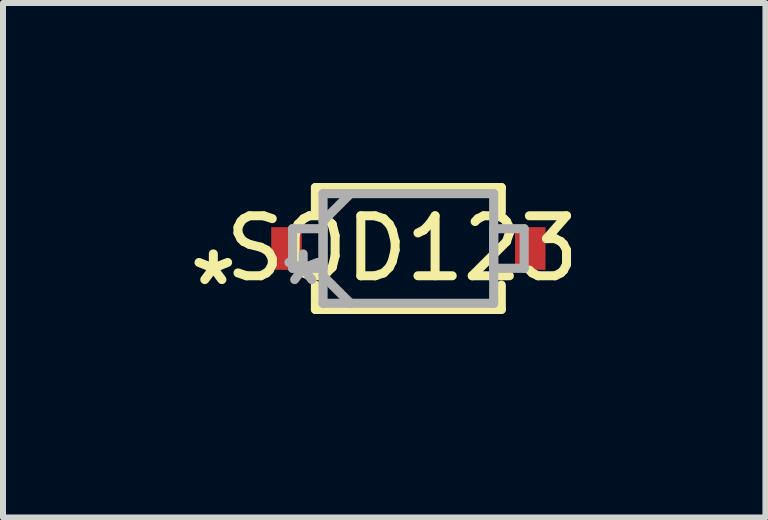
<source format=kicad_pcb>
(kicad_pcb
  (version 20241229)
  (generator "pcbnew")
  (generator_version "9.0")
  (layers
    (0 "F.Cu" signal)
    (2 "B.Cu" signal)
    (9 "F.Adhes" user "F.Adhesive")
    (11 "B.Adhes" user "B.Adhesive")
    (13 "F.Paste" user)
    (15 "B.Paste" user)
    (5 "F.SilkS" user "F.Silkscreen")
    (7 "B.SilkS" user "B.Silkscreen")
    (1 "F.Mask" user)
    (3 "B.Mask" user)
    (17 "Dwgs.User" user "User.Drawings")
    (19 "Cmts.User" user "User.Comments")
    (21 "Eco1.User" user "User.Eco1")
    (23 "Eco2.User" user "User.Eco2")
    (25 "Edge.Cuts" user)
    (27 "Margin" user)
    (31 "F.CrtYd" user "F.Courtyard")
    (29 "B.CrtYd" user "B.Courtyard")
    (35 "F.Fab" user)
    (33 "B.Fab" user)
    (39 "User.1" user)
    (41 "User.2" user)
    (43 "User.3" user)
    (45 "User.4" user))
  (footprint "SOD123"
    (layer "F.Cu")
    (at 3.757 1.092)
    (property "Reference" "SOD123" (at -0.102 0 0) (layer "F.SilkS") (effects (font (size 1 1) (thickness 0.15))))
    (attr smd)
    (fp_line (start -1.549 -1.016) (end -1.549 -0.61) (stroke (width 0.152) (type solid)) (layer "F.SilkS"))
    (fp_line (start -1.549 0.61) (end -1.549 1.016) (stroke (width 0.152) (type solid)) (layer "F.SilkS"))
    (fp_line (start -1.549 1.016) (end 1.549 1.016) (stroke (width 0.152) (type solid)) (layer "F.SilkS"))
    (fp_line (start 1.549 -1.016) (end -1.549 -1.016) (stroke (width 0.152) (type solid)) (layer "F.SilkS"))
    (fp_line (start 1.549 -0.61) (end 1.549 -1.016) (stroke (width 0.152) (type solid)) (layer "F.SilkS"))
    (fp_line (start 1.549 1.016) (end 1.549 0.61) (stroke (width 0.152) (type solid)) (layer "F.SilkS"))
    (fp_line (start -1.93 -0.33) (end -1.93 0.33) (stroke (width 0.152) (type solid)) (layer "F.Fab"))
    (fp_line (start -1.93 0.33) (end -1.422 0.33) (stroke (width 0.152) (type solid)) (layer "F.Fab"))
    (fp_line (start -1.422 -0.914) (end -1.422 0.914) (stroke (width 0.152) (type solid)) (layer "F.Fab"))
    (fp_line (start -1.422 -0.457) (end -0.965 -0.914) (stroke (width 0.152) (type solid)) (layer "F.Fab"))
    (fp_line (start -1.422 -0.33) (end -1.93 -0.33) (stroke (width 0.152) (type solid)) (layer "F.Fab"))
    (fp_line (start -1.422 0.33) (end -1.422 -0.33) (stroke (width 0.152) (type solid)) (layer "F.Fab"))
    (fp_line (start -1.422 0.457) (end -0.965 0.914) (stroke (width 0.152) (type solid)) (layer "F.Fab"))
    (fp_line (start -1.422 0.914) (end 1.422 0.914) (stroke (width 0.152) (type solid)) (layer "F.Fab"))
    (fp_line (start 1.422 -0.914) (end -1.422 -0.914) (stroke (width 0.152) (type solid)) (layer "F.Fab"))
    (fp_line (start 1.422 -0.33) (end 1.422 0.33) (stroke (width 0.152) (type solid)) (layer "F.Fab"))
    (fp_line (start 1.422 0.33) (end 1.93 0.33) (stroke (width 0.152) (type solid)) (layer "F.Fab"))
    (fp_line (start 1.422 0.914) (end 1.422 -0.914) (stroke (width 0.152) (type solid)) (layer "F.Fab"))
    (fp_line (start 1.93 -0.33) (end 1.422 -0.33) (stroke (width 0.152) (type solid)) (layer "F.Fab"))
    (fp_line (start 1.93 0.33) (end 1.93 -0.33) (stroke (width 0.152) (type solid)) (layer "F.Fab"))
    (fp_text user "*" (at -3.251 0.635 0) (layer "F.SilkS") (effects (font (size 1 1) (thickness 0.15))))
    (fp_text user "*" (at -1.753 0.635 0) (layer "F.Fab") (effects (font (size 1 1) (thickness 0.15))))
    (pad "1" smd rect (at -2.032 0) (size 0.508 0.711) (layers "F.Cu" "F.Mask" "F.Paste"))
    (pad "2" smd rect (at 2.032 0) (size 0.508 0.711) (layers "F.Cu" "F.Mask" "F.Paste"))
    (zone (net_name "") (layer "F.Cu") (hatch full 0.508) (connect_pads) (min_thickness 0.025) (filled_areas_thickness no) (keepout (tracks not_allowed) (vias not_allowed) (pads not_allowed) (copperpour not_allowed) (footprints allowed)) (placement (enabled no)) (fill) (polygon (pts (xy 2.03 0.241) (xy 5.484 0.241) (xy 5.484 1.943) (xy 2.03 1.943))))
    (zone (net_name "") (layer "F.Cu") (hatch full 0.508) (connect_pads) (min_thickness 0.025) (filled_areas_thickness no) (keepout (tracks not_allowed) (vias not_allowed) (pads not_allowed) (copperpour not_allowed) (footprints allowed)) (placement (enabled no)) (fill) (polygon (pts (xy 2.03 0.241) (xy 5.484 0.241) (xy 5.484 1.943) (xy 2.03 1.943)))))
  (gr_rect
    (start -3 -3)
    (end 9.709 5.575)
    (stroke (width 0.1) (type default))
    (fill no)
    (layer "Edge.Cuts")))
</source>
